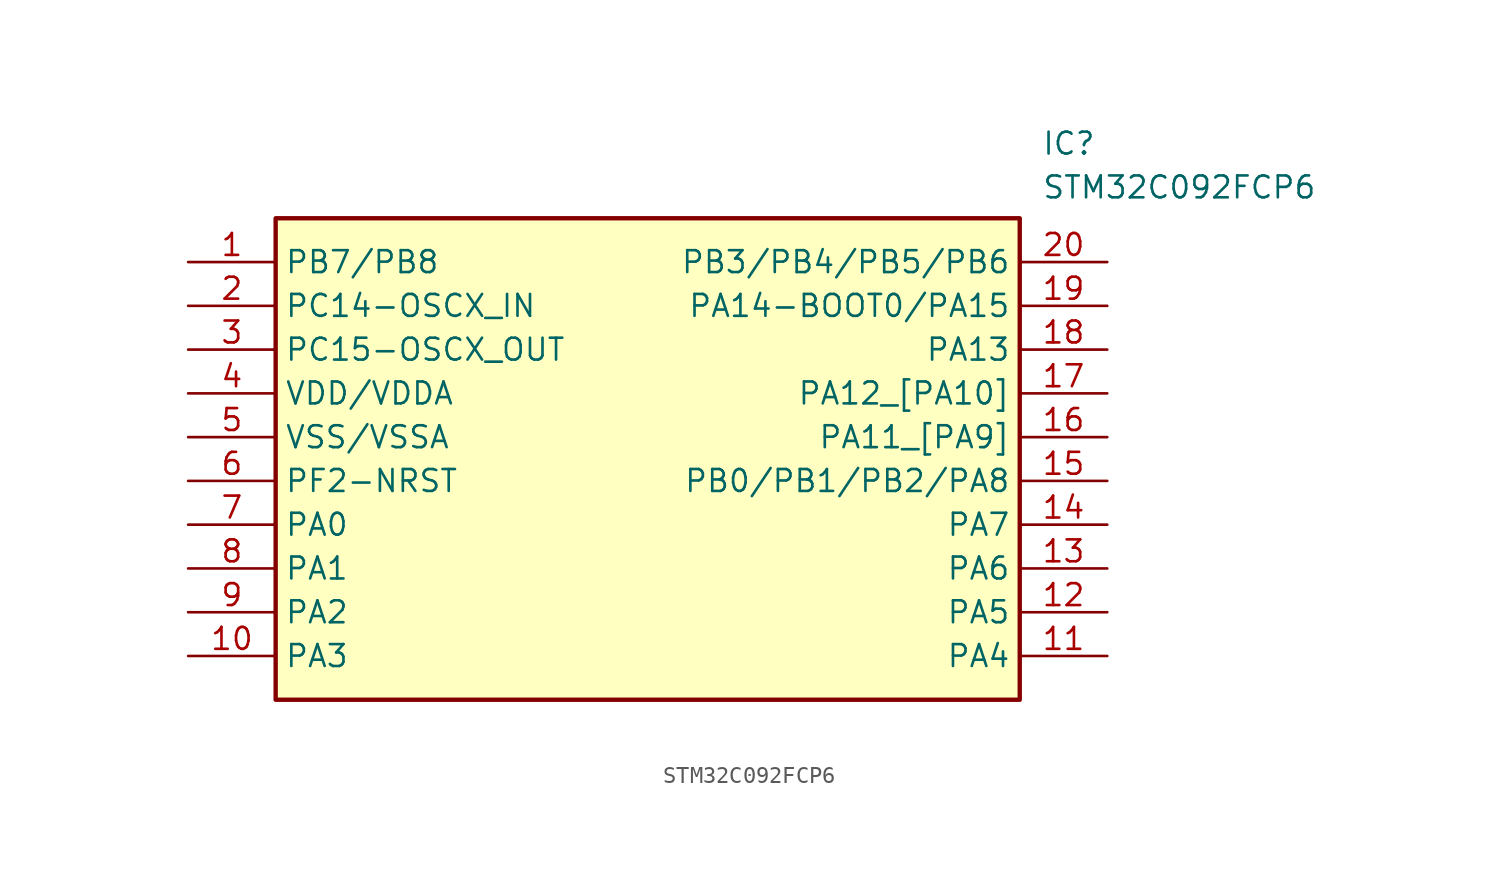
<source format=kicad_sym>
(kicad_symbol_lib
  (version 20211014)
  (generator SamacSys_ECAD_Model)
  (symbol "STM32C092FCP6"
    (property "Reference" "IC"
      (at 49.53 7.62 0)
      (effects (font (size 1.27 1.27)) (justify left top)))
    (property "Value" "STM32C092FCP6"
      (at 49.53 5.08 0)
      (effects (font (size 1.27 1.27)) (justify left top)))
    (rectangle
      (start 5.08 2.54)
      (end 48.26 -25.4)
      (stroke (width 0.254) (type default))
      (fill (type background)))
    (pin passive line
      (at 0 0 0)
      (length 5.08)
      (name "PB7/PB8" (effects (font (size 1.27 1.27))))
      (number "1" (effects (font (size 1.27 1.27)))))
    (pin passive line
      (at 0 -2.54 0)
      (length 5.08)
      (name "PC14-OSCX_IN" (effects (font (size 1.27 1.27))))
      (number "2" (effects (font (size 1.27 1.27)))))
    (pin passive line
      (at 0 -5.08 0)
      (length 5.08)
      (name "PC15-OSCX_OUT" (effects (font (size 1.27 1.27))))
      (number "3" (effects (font (size 1.27 1.27)))))
    (pin passive line
      (at 0 -7.62 0)
      (length 5.08)
      (name "VDD/VDDA" (effects (font (size 1.27 1.27))))
      (number "4" (effects (font (size 1.27 1.27)))))
    (pin passive line
      (at 0 -10.16 0)
      (length 5.08)
      (name "VSS/VSSA" (effects (font (size 1.27 1.27))))
      (number "5" (effects (font (size 1.27 1.27)))))
    (pin passive line
      (at 0 -12.7 0)
      (length 5.08)
      (name "PF2-NRST" (effects (font (size 1.27 1.27))))
      (number "6" (effects (font (size 1.27 1.27)))))
    (pin passive line
      (at 0 -15.24 0)
      (length 5.08)
      (name "PA0" (effects (font (size 1.27 1.27))))
      (number "7" (effects (font (size 1.27 1.27)))))
    (pin passive line
      (at 0 -17.78 0)
      (length 5.08)
      (name "PA1" (effects (font (size 1.27 1.27))))
      (number "8" (effects (font (size 1.27 1.27)))))
    (pin passive line
      (at 0 -20.32 0)
      (length 5.08)
      (name "PA2" (effects (font (size 1.27 1.27))))
      (number "9" (effects (font (size 1.27 1.27)))))
    (pin passive line
      (at 0 -22.86 0)
      (length 5.08)
      (name "PA3" (effects (font (size 1.27 1.27))))
      (number "10" (effects (font (size 1.27 1.27)))))
    (pin passive line
      (at 53.34 0 180)
      (length 5.08)
      (name "PB3/PB4/PB5/PB6" (effects (font (size 1.27 1.27))))
      (number "20" (effects (font (size 1.27 1.27)))))
    (pin passive line
      (at 53.34 -2.54 180)
      (length 5.08)
      (name "PA14-BOOT0/PA15" (effects (font (size 1.27 1.27))))
      (number "19" (effects (font (size 1.27 1.27)))))
    (pin passive line
      (at 53.34 -5.08 180)
      (length 5.08)
      (name "PA13" (effects (font (size 1.27 1.27))))
      (number "18" (effects (font (size 1.27 1.27)))))
    (pin passive line
      (at 53.34 -7.62 180)
      (length 5.08)
      (name "PA12_[PA10]" (effects (font (size 1.27 1.27))))
      (number "17" (effects (font (size 1.27 1.27)))))
    (pin passive line
      (at 53.34 -10.16 180)
      (length 5.08)
      (name "PA11_[PA9]" (effects (font (size 1.27 1.27))))
      (number "16" (effects (font (size 1.27 1.27)))))
    (pin passive line
      (at 53.34 -12.7 180)
      (length 5.08)
      (name "PB0/PB1/PB2/PA8" (effects (font (size 1.27 1.27))))
      (number "15" (effects (font (size 1.27 1.27)))))
    (pin passive line
      (at 53.34 -15.24 180)
      (length 5.08)
      (name "PA7" (effects (font (size 1.27 1.27))))
      (number "14" (effects (font (size 1.27 1.27)))))
    (pin passive line
      (at 53.34 -17.78 180)
      (length 5.08)
      (name "PA6" (effects (font (size 1.27 1.27))))
      (number "13" (effects (font (size 1.27 1.27)))))
    (pin passive line
      (at 53.34 -20.32 180)
      (length 5.08)
      (name "PA5" (effects (font (size 1.27 1.27))))
      (number "12" (effects (font (size 1.27 1.27)))))
    (pin passive line
      (at 53.34 -22.86 180)
      (length 5.08)
      (name "PA4" (effects (font (size 1.27 1.27))))
      (number "11" (effects (font (size 1.27 1.27)))))))
</source>
